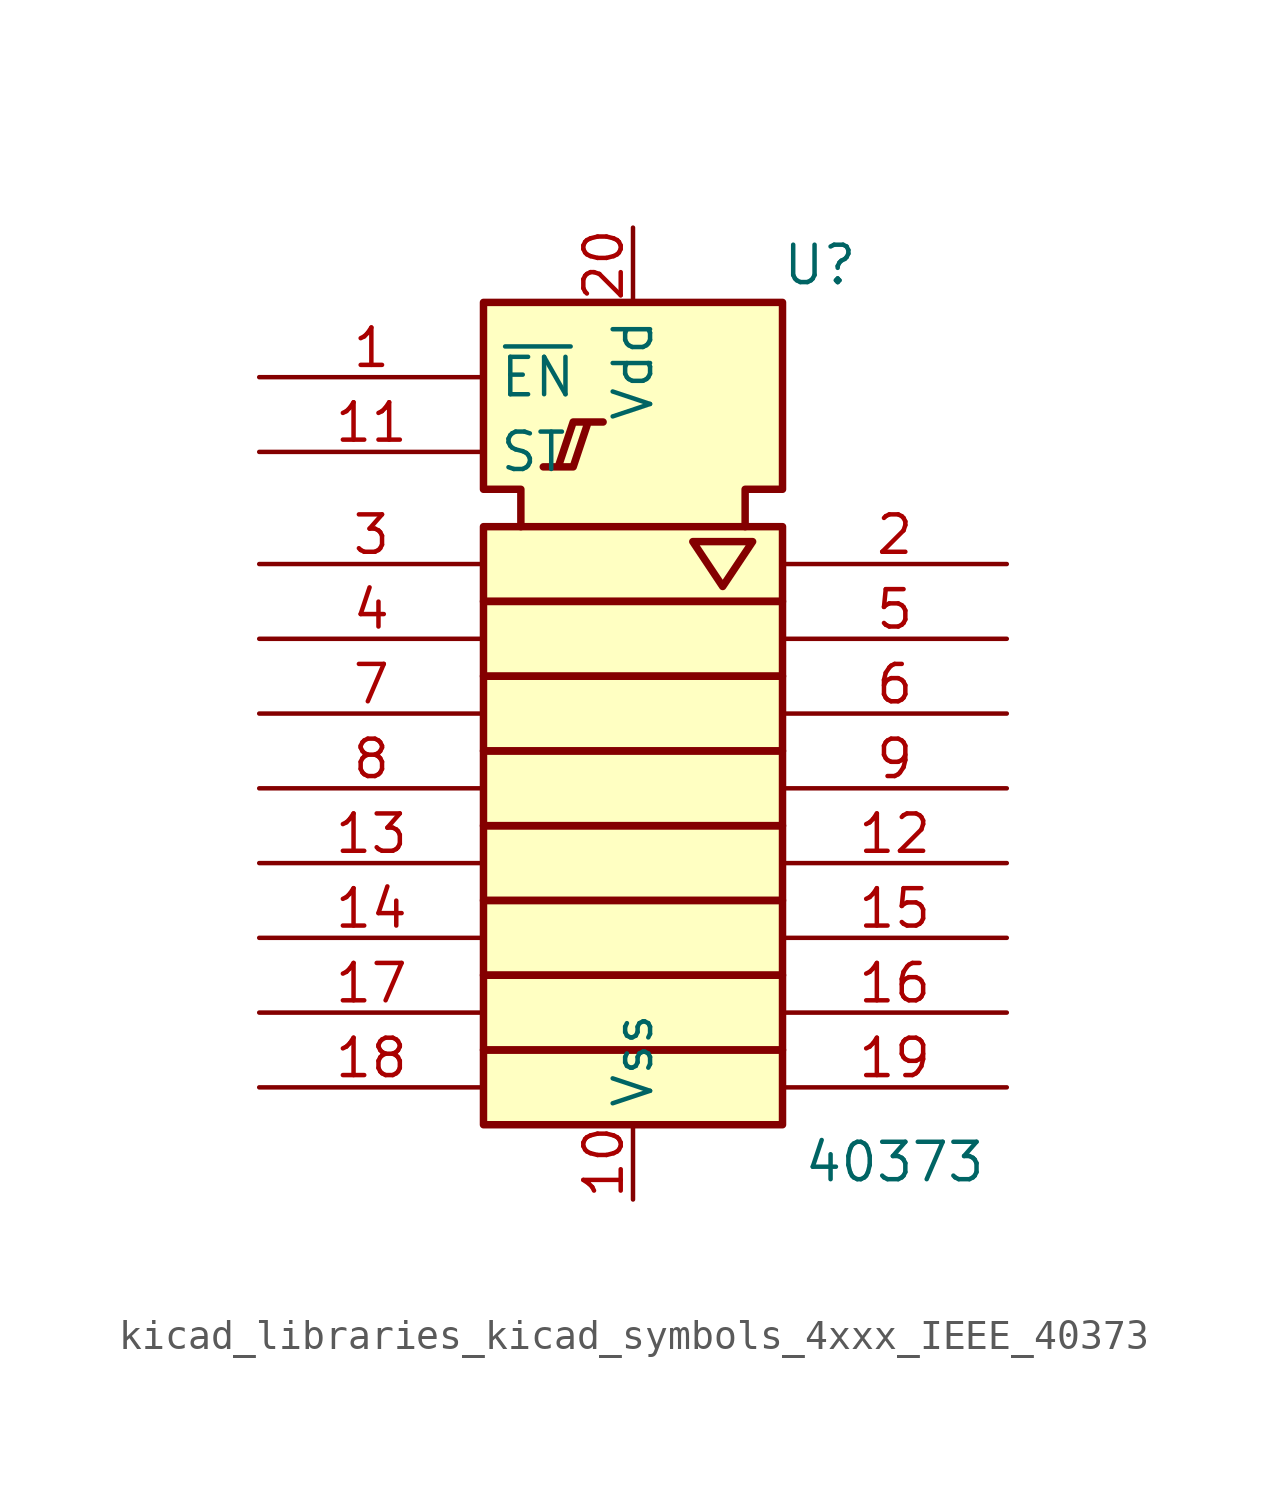
<source format=kicad_sym>
(kicad_symbol_lib
  (version 20220914)
  (generator kicad_symbol_editor)
  (symbol "kicad_libraries_kicad_symbols_4xxx_IEEE_40373"
    (property "Reference" "U"
      (at 6.35 13.97 0)
      (effects (font (size 1.27 1.27))))
    (property "Value" "40373"
      (at 8.89 -16.51 0)
      (effects (font (size 1.27 1.27))))
    (symbol "kicad_libraries_kicad_symbols_4xxx_IEEE_40373_0_0"
      (pin input line (at -12.7 10.16 0) (length 7.62) (name "~{EN}" (effects (font (size 1.27 1.27)))) (number "1" (effects (font (size 1.27 1.27)))))
      (pin power_in line (at 0 -17.78 90) (length 2.54) (name "Vss" (effects (font (size 1.27 1.27)))) (number "10" (effects (font (size 1.27 1.27)))))
      (pin input line (at -12.7 7.62 0) (length 7.62) (name "ST" (effects (font (size 1.27 1.27)))) (number "11" (effects (font (size 1.27 1.27)))))
      (pin power_in line (at 0 15.24 270) (length 2.54) (name "Vdd" (effects (font (size 1.27 1.27)))) (number "20" (effects (font (size 1.27 1.27))))))
    (symbol "kicad_libraries_kicad_symbols_4xxx_IEEE_40373_0_1"
      (rectangle (start -5.08 -12.7) (end 5.08 -15.24) (stroke (width 0.254) (type default)) (fill (type background)))
      (rectangle (start -5.08 -10.16) (end 5.08 -12.7) (stroke (width 0.254) (type default)) (fill (type background)))
      (rectangle (start -5.08 -7.62) (end 5.08 -10.16) (stroke (width 0.254) (type default)) (fill (type background)))
      (rectangle (start -5.08 -5.08) (end 5.08 -7.62) (stroke (width 0.254) (type default)) (fill (type background)))
      (rectangle (start -5.08 -2.54) (end 5.08 -5.08) (stroke (width 0.254) (type default)) (fill (type background)))
      (rectangle (start -5.08 0) (end 5.08 -2.54) (stroke (width 0.254) (type default)) (fill (type background)))
      (rectangle (start -5.08 2.54) (end 5.08 0) (stroke (width 0.254) (type default)) (fill (type background)))
      (rectangle (start -5.08 5.08) (end 5.08 2.54) (stroke (width 0.254) (type default)) (fill (type background)))
      (polyline (pts (xy 2.032 4.572) (xy 4.064 4.572) (xy 3.048 3.048) (xy 2.032 4.572) (xy 2.032 4.572)) (stroke (width 0.254) (type default)) (fill (type background)))
      (polyline (pts (xy -2.54 7.112) (xy -2.032 7.112) (xy -1.524 8.636) (xy -1.016 8.636) (xy -2.032 8.636) (xy -2.54 7.112) (xy -3.048 7.112) (xy -3.048 7.112)) (stroke (width 0.254) (type default)) (fill (type background)))
      (polyline (pts (xy -3.81 5.08) (xy -3.81 6.35) (xy -5.08 6.35) (xy -5.08 12.7) (xy 5.08 12.7) (xy 5.08 6.35) (xy 3.81 6.35) (xy 3.81 5.08) (xy 3.81 5.08)) (stroke (width 0.254) (type default)) (fill (type background))))
    (symbol "kicad_libraries_kicad_symbols_4xxx_IEEE_40373_1_0"
      (pin output line (at 12.7 -6.35 180) (length 7.62) (name "~" (effects (font (size 1.27 1.27)))) (number "12" (effects (font (size 1.27 1.27)))))
      (pin input line (at -12.7 -6.35 0) (length 7.62) (name "~" (effects (font (size 1.27 1.27)))) (number "13" (effects (font (size 1.27 1.27)))))
      (pin input line (at -12.7 -8.89 0) (length 7.62) (name "~" (effects (font (size 1.27 1.27)))) (number "14" (effects (font (size 1.27 1.27)))))
      (pin output line (at 12.7 -8.89 180) (length 7.62) (name "~" (effects (font (size 1.27 1.27)))) (number "15" (effects (font (size 1.27 1.27)))))
      (pin output line (at 12.7 -11.43 180) (length 7.62) (name "~" (effects (font (size 1.27 1.27)))) (number "16" (effects (font (size 1.27 1.27)))))
      (pin input line (at -12.7 -11.43 0) (length 7.62) (name "~" (effects (font (size 1.27 1.27)))) (number "17" (effects (font (size 1.27 1.27)))))
      (pin input line (at -12.7 -13.97 0) (length 7.62) (name "~" (effects (font (size 1.27 1.27)))) (number "18" (effects (font (size 1.27 1.27)))))
      (pin output line (at 12.7 -13.97 180) (length 7.62) (name "~" (effects (font (size 1.27 1.27)))) (number "19" (effects (font (size 1.27 1.27)))))
      (pin output line (at 12.7 3.81 180) (length 7.62) (name "~" (effects (font (size 1.27 1.27)))) (number "2" (effects (font (size 1.27 1.27)))))
      (pin input line (at -12.7 3.81 0) (length 7.62) (name "~" (effects (font (size 1.27 1.27)))) (number "3" (effects (font (size 1.27 1.27)))))
      (pin input line (at -12.7 1.27 0) (length 7.62) (name "~" (effects (font (size 1.27 1.27)))) (number "4" (effects (font (size 1.27 1.27)))))
      (pin output line (at 12.7 1.27 180) (length 7.62) (name "~" (effects (font (size 1.27 1.27)))) (number "5" (effects (font (size 1.27 1.27)))))
      (pin output line (at 12.7 -1.27 180) (length 7.62) (name "~" (effects (font (size 1.27 1.27)))) (number "6" (effects (font (size 1.27 1.27)))))
      (pin input line (at -12.7 -1.27 0) (length 7.62) (name "~" (effects (font (size 1.27 1.27)))) (number "7" (effects (font (size 1.27 1.27)))))
      (pin input line (at -12.7 -3.81 0) (length 7.62) (name "~" (effects (font (size 1.27 1.27)))) (number "8" (effects (font (size 1.27 1.27)))))
      (pin output line (at 12.7 -3.81 180) (length 7.62) (name "~" (effects (font (size 1.27 1.27)))) (number "9" (effects (font (size 1.27 1.27))))))))
</source>
